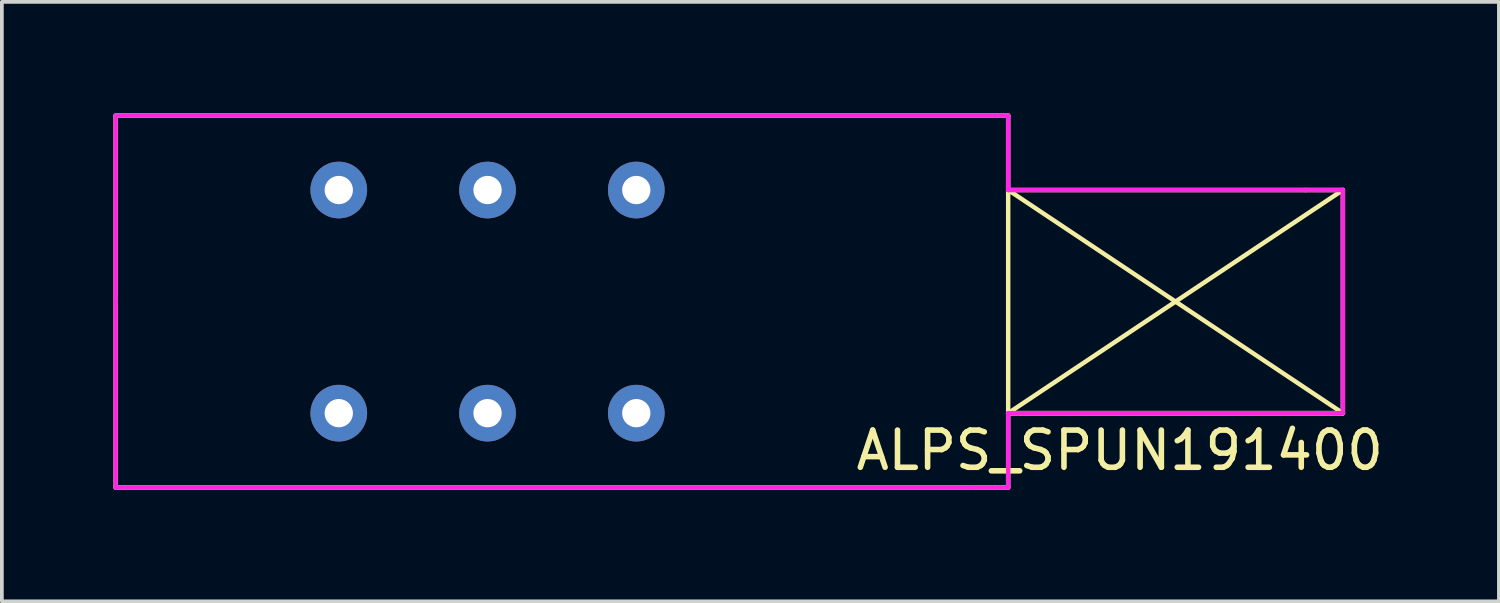
<source format=kicad_pcb>
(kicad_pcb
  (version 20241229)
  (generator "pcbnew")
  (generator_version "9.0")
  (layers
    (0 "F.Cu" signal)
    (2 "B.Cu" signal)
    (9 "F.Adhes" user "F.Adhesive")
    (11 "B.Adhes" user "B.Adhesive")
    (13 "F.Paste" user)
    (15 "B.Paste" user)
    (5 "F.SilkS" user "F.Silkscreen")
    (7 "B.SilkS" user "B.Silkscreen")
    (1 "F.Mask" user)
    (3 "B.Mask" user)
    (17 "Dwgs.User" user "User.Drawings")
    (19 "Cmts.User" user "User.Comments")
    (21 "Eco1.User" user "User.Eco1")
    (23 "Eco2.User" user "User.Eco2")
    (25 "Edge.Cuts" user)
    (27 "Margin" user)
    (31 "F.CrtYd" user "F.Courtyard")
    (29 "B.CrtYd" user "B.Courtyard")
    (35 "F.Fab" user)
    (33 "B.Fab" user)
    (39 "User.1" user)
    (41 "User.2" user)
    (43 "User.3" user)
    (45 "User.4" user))
  (footprint "ALPS_SPUN191400"
    (layer "F.Cu")
    (at 10.06 5.06)
    (property "Reference" "ALPS_SPUN191400" (at 17 4 0) (layer "F.SilkS") (effects (font (size 1 1) (thickness 0.15))))
    (attr through_hole)
    (fp_line (start -10 -5) (end -10 5) (stroke (width 0.12) (type solid)) (layer "F.SilkS"))
    (fp_line (start -10 5) (end 14 5) (stroke (width 0.12) (type solid)) (layer "F.SilkS"))
    (fp_line (start 14 -5) (end -10 -5) (stroke (width 0.12) (type solid)) (layer "F.SilkS"))
    (fp_line (start 14 -3) (end 23 3) (stroke (width 0.12) (type solid)) (layer "F.SilkS"))
    (fp_line (start 14 3) (end 23 -3) (stroke (width 0.12) (type solid)) (layer "F.SilkS"))
    (fp_line (start 14 3) (end 23 3) (stroke (width 0.12) (type solid)) (layer "F.SilkS"))
    (fp_line (start 14 5) (end 14 -5) (stroke (width 0.12) (type solid)) (layer "F.SilkS"))
    (fp_line (start 22 -3) (end 14 -3) (stroke (width 0.12) (type solid)) (layer "F.SilkS"))
    (fp_line (start 23 -3) (end 22 -3) (stroke (width 0.12) (type solid)) (layer "F.SilkS"))
    (fp_line (start 23 -3) (end 23 3) (stroke (width 0.12) (type solid)) (layer "F.SilkS"))
    (fp_line (start 23 3) (end 14 3) (stroke (width 0.12) (type solid)) (layer "F.SilkS"))
    (fp_line (start -10 0) (end -10 -5) (stroke (width 0.12) (type solid)) (layer "F.CrtYd"))
    (fp_line (start -10 0) (end -10 5) (stroke (width 0.12) (type solid)) (layer "F.CrtYd"))
    (fp_line (start -10 5) (end 13 5) (stroke (width 0.12) (type solid)) (layer "F.CrtYd"))
    (fp_line (start 13 5) (end 14 5) (stroke (width 0.12) (type solid)) (layer "F.CrtYd"))
    (fp_line (start 14 -5) (end -10 -5) (stroke (width 0.12) (type solid)) (layer "F.CrtYd"))
    (fp_line (start 14 -3) (end 14 -5) (stroke (width 0.12) (type solid)) (layer "F.CrtYd"))
    (fp_line (start 14 3) (end 23 3) (stroke (width 0.12) (type solid)) (layer "F.CrtYd"))
    (fp_line (start 14 5) (end 14 3) (stroke (width 0.12) (type solid)) (layer "F.CrtYd"))
    (fp_line (start 23 -3) (end 14 -3) (stroke (width 0.12) (type solid)) (layer "F.CrtYd"))
    (fp_line (start 23 3) (end 23 -3) (stroke (width 0.12) (type solid)) (layer "F.CrtYd"))
    (pad "1" thru_hole circle (at -4 3) (size 1.524 1.524) (drill 0.762) (layers "*.Cu" "*.Mask"))
    (pad "2" thru_hole circle (at 0 3) (size 1.524 1.524) (drill 0.762) (layers "*.Cu" "*.Mask"))
    (pad "3" thru_hole circle (at 4 3) (size 1.524 1.524) (drill 0.762) (layers "*.Cu" "*.Mask"))
    (pad "4" thru_hole circle (at 4 -3) (size 1.524 1.524) (drill 0.762) (layers "*.Cu" "*.Mask"))
    (pad "5" thru_hole circle (at 0 -3) (size 1.524 1.524) (drill 0.762) (layers "*.Cu" "*.Mask"))
    (pad "6" thru_hole circle (at -4 -3) (size 1.524 1.524) (drill 0.762) (layers "*.Cu" "*.Mask")))
  (gr_rect
    (start -3 -3)
    (end 37.256 13.12)
    (stroke (width 0.1) (type default))
    (fill no)
    (layer "Edge.Cuts")))
</source>
